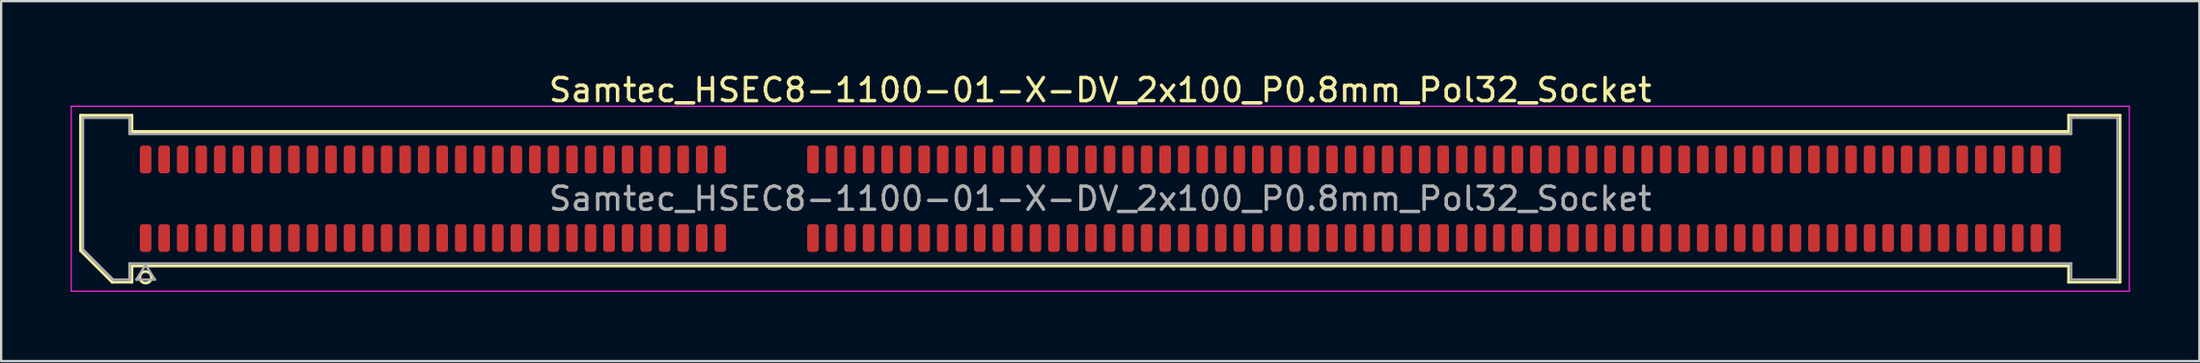
<source format=kicad_pcb>
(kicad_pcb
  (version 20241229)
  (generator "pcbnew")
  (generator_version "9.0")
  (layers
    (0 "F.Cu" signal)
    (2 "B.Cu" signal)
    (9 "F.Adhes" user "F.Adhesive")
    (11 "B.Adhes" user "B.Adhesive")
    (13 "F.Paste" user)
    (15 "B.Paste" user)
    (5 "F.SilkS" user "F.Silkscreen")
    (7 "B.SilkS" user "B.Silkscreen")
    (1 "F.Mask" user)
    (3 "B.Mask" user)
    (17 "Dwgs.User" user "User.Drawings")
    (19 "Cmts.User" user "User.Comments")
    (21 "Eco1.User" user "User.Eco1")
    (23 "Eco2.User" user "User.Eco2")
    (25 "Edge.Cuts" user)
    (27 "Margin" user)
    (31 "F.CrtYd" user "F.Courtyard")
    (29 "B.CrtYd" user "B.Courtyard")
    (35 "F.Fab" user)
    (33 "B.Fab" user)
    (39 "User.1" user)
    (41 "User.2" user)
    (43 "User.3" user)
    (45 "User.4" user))
  (footprint "Samtec_HSEC8-1100-01-X-DV_2x100_P0.8mm_Pol32_Socket"
    (layer "F.Cu")
    (at 44.435 5.548)
    (property "Reference" "Samtec_HSEC8-1100-01-X-DV_2x100_P0.8mm_Pol32_Socket" (at 0 -4.7 0) (layer "F.SilkS") (effects (font (size 1 1) (thickness 0.15))))
    (attr smd)
    (fp_line (start -44.01 -3.61) (end -41.79 -3.61) (stroke (width 0.12) (type solid)) (layer "F.SilkS"))
    (fp_line (start -44.01 2.246) (end -44.01 -3.61) (stroke (width 0.12) (type solid)) (layer "F.SilkS"))
    (fp_line (start -42.646 3.61) (end -44.01 2.246) (stroke (width 0.12) (type solid)) (layer "F.SilkS"))
    (fp_line (start -41.79 -3.61) (end -41.79 -2.91) (stroke (width 0.12) (type solid)) (layer "F.SilkS"))
    (fp_line (start -41.79 -2.91) (end 41.79 -2.91) (stroke (width 0.12) (type solid)) (layer "F.SilkS"))
    (fp_line (start -41.79 2.91) (end -41.79 3.61) (stroke (width 0.12) (type solid)) (layer "F.SilkS"))
    (fp_line (start -41.79 3.61) (end -42.646 3.61) (stroke (width 0.12) (type solid)) (layer "F.SilkS"))
    (fp_line (start 41.79 -3.61) (end 44.01 -3.61) (stroke (width 0.12) (type solid)) (layer "F.SilkS"))
    (fp_line (start 41.79 -2.91) (end 41.79 -3.61) (stroke (width 0.12) (type solid)) (layer "F.SilkS"))
    (fp_line (start 41.79 2.91) (end -41.79 2.91) (stroke (width 0.12) (type solid)) (layer "F.SilkS"))
    (fp_line (start 41.79 3.61) (end 41.79 2.91) (stroke (width 0.12) (type solid)) (layer "F.SilkS"))
    (fp_line (start 44.01 -3.61) (end 44.01 3.61) (stroke (width 0.12) (type solid)) (layer "F.SilkS"))
    (fp_line (start 44.01 3.61) (end 41.79 3.61) (stroke (width 0.12) (type solid)) (layer "F.SilkS"))
    (fp_arc (start -40.95 3.4) (mid -41.45 3.4) (end -40.95 3.4) (stroke (width 0.12) (type solid)) (layer "F.SilkS"))
    (fp_line (start -44.41 -4) (end -44.41 4) (stroke (width 0.05) (type solid)) (layer "F.CrtYd"))
    (fp_line (start -44.41 4) (end 44.41 4) (stroke (width 0.05) (type solid)) (layer "F.CrtYd"))
    (fp_line (start 44.41 -4) (end -44.41 -4) (stroke (width 0.05) (type solid)) (layer "F.CrtYd"))
    (fp_line (start 44.41 4) (end 44.41 -4) (stroke (width 0.05) (type solid)) (layer "F.CrtYd"))
    (fp_line (start -43.9 -3.5) (end -41.9 -3.5) (stroke (width 0.1) (type solid)) (layer "F.Fab"))
    (fp_line (start -43.9 2.2) (end -43.9 -3.5) (stroke (width 0.1) (type solid)) (layer "F.Fab"))
    (fp_line (start -42.6 3.5) (end -43.9 2.2) (stroke (width 0.1) (type solid)) (layer "F.Fab"))
    (fp_line (start -41.9 -3.5) (end -41.9 -2.8) (stroke (width 0.1) (type solid)) (layer "F.Fab"))
    (fp_line (start -41.9 -2.8) (end 41.9 -2.8) (stroke (width 0.1) (type solid)) (layer "F.Fab"))
    (fp_line (start -41.9 2.8) (end -41.9 3.5) (stroke (width 0.1) (type solid)) (layer "F.Fab"))
    (fp_line (start -41.9 3.5) (end -42.6 3.5) (stroke (width 0.1) (type solid)) (layer "F.Fab"))
    (fp_line (start -41.6 3.5) (end -41.2 2.86) (stroke (width 0.1) (type solid)) (layer "F.Fab"))
    (fp_line (start -41.2 2.86) (end -40.8 3.5) (stroke (width 0.1) (type solid)) (layer "F.Fab"))
    (fp_line (start -40.8 3.5) (end -41.6 3.5) (stroke (width 0.1) (type solid)) (layer "F.Fab"))
    (fp_line (start 41.9 -3.5) (end 43.9 -3.5) (stroke (width 0.1) (type solid)) (layer "F.Fab"))
    (fp_line (start 41.9 -2.8) (end 41.9 -3.5) (stroke (width 0.1) (type solid)) (layer "F.Fab"))
    (fp_line (start 41.9 2.8) (end -41.9 2.8) (stroke (width 0.1) (type solid)) (layer "F.Fab"))
    (fp_line (start 41.9 3.5) (end 41.9 2.8) (stroke (width 0.1) (type solid)) (layer "F.Fab"))
    (fp_line (start 43.9 -3.5) (end 43.9 3.5) (stroke (width 0.1) (type solid)) (layer "F.Fab"))
    (fp_line (start 43.9 3.5) (end 41.9 3.5) (stroke (width 0.1) (type solid)) (layer "F.Fab"))
    (fp_text user "${REFERENCE}" (at 0 0 0) (layer "F.Fab") (effects (font (size 1 1) (thickness 0.15))))
    (pad "1" smd roundrect (at -41.2 1.7) (size 0.5 1.2) (layers "F.Cu" "F.Mask" "F.Paste") (roundrect_rratio 0.25))
    (pad "2" smd roundrect (at -41.2 -1.7) (size 0.5 1.2) (layers "F.Cu" "F.Mask" "F.Paste") (roundrect_rratio 0.25))
    (pad "3" smd roundrect (at -40.4 1.7) (size 0.5 1.2) (layers "F.Cu" "F.Mask" "F.Paste") (roundrect_rratio 0.25))
    (pad "4" smd roundrect (at -40.4 -1.7) (size 0.5 1.2) (layers "F.Cu" "F.Mask" "F.Paste") (roundrect_rratio 0.25))
    (pad "5" smd roundrect (at -39.6 1.7) (size 0.5 1.2) (layers "F.Cu" "F.Mask" "F.Paste") (roundrect_rratio 0.25))
    (pad "6" smd roundrect (at -39.6 -1.7) (size 0.5 1.2) (layers "F.Cu" "F.Mask" "F.Paste") (roundrect_rratio 0.25))
    (pad "7" smd roundrect (at -38.8 1.7) (size 0.5 1.2) (layers "F.Cu" "F.Mask" "F.Paste") (roundrect_rratio 0.25))
    (pad "8" smd roundrect (at -38.8 -1.7) (size 0.5 1.2) (layers "F.Cu" "F.Mask" "F.Paste") (roundrect_rratio 0.25))
    (pad "9" smd roundrect (at -38 1.7) (size 0.5 1.2) (layers "F.Cu" "F.Mask" "F.Paste") (roundrect_rratio 0.25))
    (pad "10" smd roundrect (at -38 -1.7) (size 0.5 1.2) (layers "F.Cu" "F.Mask" "F.Paste") (roundrect_rratio 0.25))
    (pad "11" smd roundrect (at -37.2 1.7) (size 0.5 1.2) (layers "F.Cu" "F.Mask" "F.Paste") (roundrect_rratio 0.25))
    (pad "12" smd roundrect (at -37.2 -1.7) (size 0.5 1.2) (layers "F.Cu" "F.Mask" "F.Paste") (roundrect_rratio 0.25))
    (pad "13" smd roundrect (at -36.4 1.7) (size 0.5 1.2) (layers "F.Cu" "F.Mask" "F.Paste") (roundrect_rratio 0.25))
    (pad "14" smd roundrect (at -36.4 -1.7) (size 0.5 1.2) (layers "F.Cu" "F.Mask" "F.Paste") (roundrect_rratio 0.25))
    (pad "15" smd roundrect (at -35.6 1.7) (size 0.5 1.2) (layers "F.Cu" "F.Mask" "F.Paste") (roundrect_rratio 0.25))
    (pad "16" smd roundrect (at -35.6 -1.7) (size 0.5 1.2) (layers "F.Cu" "F.Mask" "F.Paste") (roundrect_rratio 0.25))
    (pad "17" smd roundrect (at -34.8 1.7) (size 0.5 1.2) (layers "F.Cu" "F.Mask" "F.Paste") (roundrect_rratio 0.25))
    (pad "18" smd roundrect (at -34.8 -1.7) (size 0.5 1.2) (layers "F.Cu" "F.Mask" "F.Paste") (roundrect_rratio 0.25))
    (pad "19" smd roundrect (at -34 1.7) (size 0.5 1.2) (layers "F.Cu" "F.Mask" "F.Paste") (roundrect_rratio 0.25))
    (pad "20" smd roundrect (at -34 -1.7) (size 0.5 1.2) (layers "F.Cu" "F.Mask" "F.Paste") (roundrect_rratio 0.25))
    (pad "21" smd roundrect (at -33.2 1.7) (size 0.5 1.2) (layers "F.Cu" "F.Mask" "F.Paste") (roundrect_rratio 0.25))
    (pad "22" smd roundrect (at -33.2 -1.7) (size 0.5 1.2) (layers "F.Cu" "F.Mask" "F.Paste") (roundrect_rratio 0.25))
    (pad "23" smd roundrect (at -32.4 1.7) (size 0.5 1.2) (layers "F.Cu" "F.Mask" "F.Paste") (roundrect_rratio 0.25))
    (pad "24" smd roundrect (at -32.4 -1.7) (size 0.5 1.2) (layers "F.Cu" "F.Mask" "F.Paste") (roundrect_rratio 0.25))
    (pad "25" smd roundrect (at -31.6 1.7) (size 0.5 1.2) (layers "F.Cu" "F.Mask" "F.Paste") (roundrect_rratio 0.25))
    (pad "26" smd roundrect (at -31.6 -1.7) (size 0.5 1.2) (layers "F.Cu" "F.Mask" "F.Paste") (roundrect_rratio 0.25))
    (pad "27" smd roundrect (at -30.8 1.7) (size 0.5 1.2) (layers "F.Cu" "F.Mask" "F.Paste") (roundrect_rratio 0.25))
    (pad "28" smd roundrect (at -30.8 -1.7) (size 0.5 1.2) (layers "F.Cu" "F.Mask" "F.Paste") (roundrect_rratio 0.25))
    (pad "29" smd roundrect (at -30 1.7) (size 0.5 1.2) (layers "F.Cu" "F.Mask" "F.Paste") (roundrect_rratio 0.25))
    (pad "30" smd roundrect (at -30 -1.7) (size 0.5 1.2) (layers "F.Cu" "F.Mask" "F.Paste") (roundrect_rratio 0.25))
    (pad "31" smd roundrect (at -29.2 1.7) (size 0.5 1.2) (layers "F.Cu" "F.Mask" "F.Paste") (roundrect_rratio 0.25))
    (pad "32" smd roundrect (at -29.2 -1.7) (size 0.5 1.2) (layers "F.Cu" "F.Mask" "F.Paste") (roundrect_rratio 0.25))
    (pad "33" smd roundrect (at -28.4 1.7) (size 0.5 1.2) (layers "F.Cu" "F.Mask" "F.Paste") (roundrect_rratio 0.25))
    (pad "34" smd roundrect (at -28.4 -1.7) (size 0.5 1.2) (layers "F.Cu" "F.Mask" "F.Paste") (roundrect_rratio 0.25))
    (pad "35" smd roundrect (at -27.6 1.7) (size 0.5 1.2) (layers "F.Cu" "F.Mask" "F.Paste") (roundrect_rratio 0.25))
    (pad "36" smd roundrect (at -27.6 -1.7) (size 0.5 1.2) (layers "F.Cu" "F.Mask" "F.Paste") (roundrect_rratio 0.25))
    (pad "37" smd roundrect (at -26.8 1.7) (size 0.5 1.2) (layers "F.Cu" "F.Mask" "F.Paste") (roundrect_rratio 0.25))
    (pad "38" smd roundrect (at -26.8 -1.7) (size 0.5 1.2) (layers "F.Cu" "F.Mask" "F.Paste") (roundrect_rratio 0.25))
    (pad "39" smd roundrect (at -26 1.7) (size 0.5 1.2) (layers "F.Cu" "F.Mask" "F.Paste") (roundrect_rratio 0.25))
    (pad "40" smd roundrect (at -26 -1.7) (size 0.5 1.2) (layers "F.Cu" "F.Mask" "F.Paste") (roundrect_rratio 0.25))
    (pad "41" smd roundrect (at -25.2 1.7) (size 0.5 1.2) (layers "F.Cu" "F.Mask" "F.Paste") (roundrect_rratio 0.25))
    (pad "42" smd roundrect (at -25.2 -1.7) (size 0.5 1.2) (layers "F.Cu" "F.Mask" "F.Paste") (roundrect_rratio 0.25))
    (pad "43" smd roundrect (at -24.4 1.7) (size 0.5 1.2) (layers "F.Cu" "F.Mask" "F.Paste") (roundrect_rratio 0.25))
    (pad "44" smd roundrect (at -24.4 -1.7) (size 0.5 1.2) (layers "F.Cu" "F.Mask" "F.Paste") (roundrect_rratio 0.25))
    (pad "45" smd roundrect (at -23.6 1.7) (size 0.5 1.2) (layers "F.Cu" "F.Mask" "F.Paste") (roundrect_rratio 0.25))
    (pad "46" smd roundrect (at -23.6 -1.7) (size 0.5 1.2) (layers "F.Cu" "F.Mask" "F.Paste") (roundrect_rratio 0.25))
    (pad "47" smd roundrect (at -22.8 1.7) (size 0.5 1.2) (layers "F.Cu" "F.Mask" "F.Paste") (roundrect_rratio 0.25))
    (pad "48" smd roundrect (at -22.8 -1.7) (size 0.5 1.2) (layers "F.Cu" "F.Mask" "F.Paste") (roundrect_rratio 0.25))
    (pad "49" smd roundrect (at -22 1.7) (size 0.5 1.2) (layers "F.Cu" "F.Mask" "F.Paste") (roundrect_rratio 0.25))
    (pad "50" smd roundrect (at -22 -1.7) (size 0.5 1.2) (layers "F.Cu" "F.Mask" "F.Paste") (roundrect_rratio 0.25))
    (pad "51" smd roundrect (at -21.2 1.7) (size 0.5 1.2) (layers "F.Cu" "F.Mask" "F.Paste") (roundrect_rratio 0.25))
    (pad "52" smd roundrect (at -21.2 -1.7) (size 0.5 1.2) (layers "F.Cu" "F.Mask" "F.Paste") (roundrect_rratio 0.25))
    (pad "53" smd roundrect (at -20.4 1.7) (size 0.5 1.2) (layers "F.Cu" "F.Mask" "F.Paste") (roundrect_rratio 0.25))
    (pad "54" smd roundrect (at -20.4 -1.7) (size 0.5 1.2) (layers "F.Cu" "F.Mask" "F.Paste") (roundrect_rratio 0.25))
    (pad "55" smd roundrect (at -19.6 1.7) (size 0.5 1.2) (layers "F.Cu" "F.Mask" "F.Paste") (roundrect_rratio 0.25))
    (pad "56" smd roundrect (at -19.6 -1.7) (size 0.5 1.2) (layers "F.Cu" "F.Mask" "F.Paste") (roundrect_rratio 0.25))
    (pad "57" smd roundrect (at -18.8 1.7) (size 0.5 1.2) (layers "F.Cu" "F.Mask" "F.Paste") (roundrect_rratio 0.25))
    (pad "58" smd roundrect (at -18.8 -1.7) (size 0.5 1.2) (layers "F.Cu" "F.Mask" "F.Paste") (roundrect_rratio 0.25))
    (pad "59" smd roundrect (at -18 1.7) (size 0.5 1.2) (layers "F.Cu" "F.Mask" "F.Paste") (roundrect_rratio 0.25))
    (pad "60" smd roundrect (at -18 -1.7) (size 0.5 1.2) (layers "F.Cu" "F.Mask" "F.Paste") (roundrect_rratio 0.25))
    (pad "61" smd roundrect (at -17.2 1.7) (size 0.5 1.2) (layers "F.Cu" "F.Mask" "F.Paste") (roundrect_rratio 0.25))
    (pad "62" smd roundrect (at -17.2 -1.7) (size 0.5 1.2) (layers "F.Cu" "F.Mask" "F.Paste") (roundrect_rratio 0.25))
    (pad "63" smd roundrect (at -16.4 1.7) (size 0.5 1.2) (layers "F.Cu" "F.Mask" "F.Paste") (roundrect_rratio 0.25))
    (pad "64" smd roundrect (at -16.4 -1.7) (size 0.5 1.2) (layers "F.Cu" "F.Mask" "F.Paste") (roundrect_rratio 0.25))
    (pad "65" smd roundrect (at -12.4 1.7) (size 0.5 1.2) (layers "F.Cu" "F.Mask" "F.Paste") (roundrect_rratio 0.25))
    (pad "66" smd roundrect (at -12.4 -1.7) (size 0.5 1.2) (layers "F.Cu" "F.Mask" "F.Paste") (roundrect_rratio 0.25))
    (pad "67" smd roundrect (at -11.6 1.7) (size 0.5 1.2) (layers "F.Cu" "F.Mask" "F.Paste") (roundrect_rratio 0.25))
    (pad "68" smd roundrect (at -11.6 -1.7) (size 0.5 1.2) (layers "F.Cu" "F.Mask" "F.Paste") (roundrect_rratio 0.25))
    (pad "69" smd roundrect (at -10.8 1.7) (size 0.5 1.2) (layers "F.Cu" "F.Mask" "F.Paste") (roundrect_rratio 0.25))
    (pad "70" smd roundrect (at -10.8 -1.7) (size 0.5 1.2) (layers "F.Cu" "F.Mask" "F.Paste") (roundrect_rratio 0.25))
    (pad "71" smd roundrect (at -10 1.7) (size 0.5 1.2) (layers "F.Cu" "F.Mask" "F.Paste") (roundrect_rratio 0.25))
    (pad "72" smd roundrect (at -10 -1.7) (size 0.5 1.2) (layers "F.Cu" "F.Mask" "F.Paste") (roundrect_rratio 0.25))
    (pad "73" smd roundrect (at -9.2 1.7) (size 0.5 1.2) (layers "F.Cu" "F.Mask" "F.Paste") (roundrect_rratio 0.25))
    (pad "74" smd roundrect (at -9.2 -1.7) (size 0.5 1.2) (layers "F.Cu" "F.Mask" "F.Paste") (roundrect_rratio 0.25))
    (pad "75" smd roundrect (at -8.4 1.7) (size 0.5 1.2) (layers "F.Cu" "F.Mask" "F.Paste") (roundrect_rratio 0.25))
    (pad "76" smd roundrect (at -8.4 -1.7) (size 0.5 1.2) (layers "F.Cu" "F.Mask" "F.Paste") (roundrect_rratio 0.25))
    (pad "77" smd roundrect (at -7.6 1.7) (size 0.5 1.2) (layers "F.Cu" "F.Mask" "F.Paste") (roundrect_rratio 0.25))
    (pad "78" smd roundrect (at -7.6 -1.7) (size 0.5 1.2) (layers "F.Cu" "F.Mask" "F.Paste") (roundrect_rratio 0.25))
    (pad "79" smd roundrect (at -6.8 1.7) (size 0.5 1.2) (layers "F.Cu" "F.Mask" "F.Paste") (roundrect_rratio 0.25))
    (pad "80" smd roundrect (at -6.8 -1.7) (size 0.5 1.2) (layers "F.Cu" "F.Mask" "F.Paste") (roundrect_rratio 0.25))
    (pad "81" smd roundrect (at -6 1.7) (size 0.5 1.2) (layers "F.Cu" "F.Mask" "F.Paste") (roundrect_rratio 0.25))
    (pad "82" smd roundrect (at -6 -1.7) (size 0.5 1.2) (layers "F.Cu" "F.Mask" "F.Paste") (roundrect_rratio 0.25))
    (pad "83" smd roundrect (at -5.2 1.7) (size 0.5 1.2) (layers "F.Cu" "F.Mask" "F.Paste") (roundrect_rratio 0.25))
    (pad "84" smd roundrect (at -5.2 -1.7) (size 0.5 1.2) (layers "F.Cu" "F.Mask" "F.Paste") (roundrect_rratio 0.25))
    (pad "85" smd roundrect (at -4.4 1.7) (size 0.5 1.2) (layers "F.Cu" "F.Mask" "F.Paste") (roundrect_rratio 0.25))
    (pad "86" smd roundrect (at -4.4 -1.7) (size 0.5 1.2) (layers "F.Cu" "F.Mask" "F.Paste") (roundrect_rratio 0.25))
    (pad "87" smd roundrect (at -3.6 1.7) (size 0.5 1.2) (layers "F.Cu" "F.Mask" "F.Paste") (roundrect_rratio 0.25))
    (pad "88" smd roundrect (at -3.6 -1.7) (size 0.5 1.2) (layers "F.Cu" "F.Mask" "F.Paste") (roundrect_rratio 0.25))
    (pad "89" smd roundrect (at -2.8 1.7) (size 0.5 1.2) (layers "F.Cu" "F.Mask" "F.Paste") (roundrect_rratio 0.25))
    (pad "90" smd roundrect (at -2.8 -1.7) (size 0.5 1.2) (layers "F.Cu" "F.Mask" "F.Paste") (roundrect_rratio 0.25))
    (pad "91" smd roundrect (at -2 1.7) (size 0.5 1.2) (layers "F.Cu" "F.Mask" "F.Paste") (roundrect_rratio 0.25))
    (pad "92" smd roundrect (at -2 -1.7) (size 0.5 1.2) (layers "F.Cu" "F.Mask" "F.Paste") (roundrect_rratio 0.25))
    (pad "93" smd roundrect (at -1.2 1.7) (size 0.5 1.2) (layers "F.Cu" "F.Mask" "F.Paste") (roundrect_rratio 0.25))
    (pad "94" smd roundrect (at -1.2 -1.7) (size 0.5 1.2) (layers "F.Cu" "F.Mask" "F.Paste") (roundrect_rratio 0.25))
    (pad "95" smd roundrect (at -0.4 1.7) (size 0.5 1.2) (layers "F.Cu" "F.Mask" "F.Paste") (roundrect_rratio 0.25))
    (pad "96" smd roundrect (at -0.4 -1.7) (size 0.5 1.2) (layers "F.Cu" "F.Mask" "F.Paste") (roundrect_rratio 0.25))
    (pad "97" smd roundrect (at 0.4 1.7) (size 0.5 1.2) (layers "F.Cu" "F.Mask" "F.Paste") (roundrect_rratio 0.25))
    (pad "98" smd roundrect (at 0.4 -1.7) (size 0.5 1.2) (layers "F.Cu" "F.Mask" "F.Paste") (roundrect_rratio 0.25))
    (pad "99" smd roundrect (at 1.2 1.7) (size 0.5 1.2) (layers "F.Cu" "F.Mask" "F.Paste") (roundrect_rratio 0.25))
    (pad "100" smd roundrect (at 1.2 -1.7) (size 0.5 1.2) (layers "F.Cu" "F.Mask" "F.Paste") (roundrect_rratio 0.25))
    (pad "101" smd roundrect (at 2 1.7) (size 0.5 1.2) (layers "F.Cu" "F.Mask" "F.Paste") (roundrect_rratio 0.25))
    (pad "102" smd roundrect (at 2 -1.7) (size 0.5 1.2) (layers "F.Cu" "F.Mask" "F.Paste") (roundrect_rratio 0.25))
    (pad "103" smd roundrect (at 2.8 1.7) (size 0.5 1.2) (layers "F.Cu" "F.Mask" "F.Paste") (roundrect_rratio 0.25))
    (pad "104" smd roundrect (at 2.8 -1.7) (size 0.5 1.2) (layers "F.Cu" "F.Mask" "F.Paste") (roundrect_rratio 0.25))
    (pad "105" smd roundrect (at 3.6 1.7) (size 0.5 1.2) (layers "F.Cu" "F.Mask" "F.Paste") (roundrect_rratio 0.25))
    (pad "106" smd roundrect (at 3.6 -1.7) (size 0.5 1.2) (layers "F.Cu" "F.Mask" "F.Paste") (roundrect_rratio 0.25))
    (pad "107" smd roundrect (at 4.4 1.7) (size 0.5 1.2) (layers "F.Cu" "F.Mask" "F.Paste") (roundrect_rratio 0.25))
    (pad "108" smd roundrect (at 4.4 -1.7) (size 0.5 1.2) (layers "F.Cu" "F.Mask" "F.Paste") (roundrect_rratio 0.25))
    (pad "109" smd roundrect (at 5.2 1.7) (size 0.5 1.2) (layers "F.Cu" "F.Mask" "F.Paste") (roundrect_rratio 0.25))
    (pad "110" smd roundrect (at 5.2 -1.7) (size 0.5 1.2) (layers "F.Cu" "F.Mask" "F.Paste") (roundrect_rratio 0.25))
    (pad "111" smd roundrect (at 6 1.7) (size 0.5 1.2) (layers "F.Cu" "F.Mask" "F.Paste") (roundrect_rratio 0.25))
    (pad "112" smd roundrect (at 6 -1.7) (size 0.5 1.2) (layers "F.Cu" "F.Mask" "F.Paste") (roundrect_rratio 0.25))
    (pad "113" smd roundrect (at 6.8 1.7) (size 0.5 1.2) (layers "F.Cu" "F.Mask" "F.Paste") (roundrect_rratio 0.25))
    (pad "114" smd roundrect (at 6.8 -1.7) (size 0.5 1.2) (layers "F.Cu" "F.Mask" "F.Paste") (roundrect_rratio 0.25))
    (pad "115" smd roundrect (at 7.6 1.7) (size 0.5 1.2) (layers "F.Cu" "F.Mask" "F.Paste") (roundrect_rratio 0.25))
    (pad "116" smd roundrect (at 7.6 -1.7) (size 0.5 1.2) (layers "F.Cu" "F.Mask" "F.Paste") (roundrect_rratio 0.25))
    (pad "117" smd roundrect (at 8.4 1.7) (size 0.5 1.2) (layers "F.Cu" "F.Mask" "F.Paste") (roundrect_rratio 0.25))
    (pad "118" smd roundrect (at 8.4 -1.7) (size 0.5 1.2) (layers "F.Cu" "F.Mask" "F.Paste") (roundrect_rratio 0.25))
    (pad "119" smd roundrect (at 9.2 1.7) (size 0.5 1.2) (layers "F.Cu" "F.Mask" "F.Paste") (roundrect_rratio 0.25))
    (pad "120" smd roundrect (at 9.2 -1.7) (size 0.5 1.2) (layers "F.Cu" "F.Mask" "F.Paste") (roundrect_rratio 0.25))
    (pad "121" smd roundrect (at 10 1.7) (size 0.5 1.2) (layers "F.Cu" "F.Mask" "F.Paste") (roundrect_rratio 0.25))
    (pad "122" smd roundrect (at 10 -1.7) (size 0.5 1.2) (layers "F.Cu" "F.Mask" "F.Paste") (roundrect_rratio 0.25))
    (pad "123" smd roundrect (at 10.8 1.7) (size 0.5 1.2) (layers "F.Cu" "F.Mask" "F.Paste") (roundrect_rratio 0.25))
    (pad "124" smd roundrect (at 10.8 -1.7) (size 0.5 1.2) (layers "F.Cu" "F.Mask" "F.Paste") (roundrect_rratio 0.25))
    (pad "125" smd roundrect (at 11.6 1.7) (size 0.5 1.2) (layers "F.Cu" "F.Mask" "F.Paste") (roundrect_rratio 0.25))
    (pad "126" smd roundrect (at 11.6 -1.7) (size 0.5 1.2) (layers "F.Cu" "F.Mask" "F.Paste") (roundrect_rratio 0.25))
    (pad "127" smd roundrect (at 12.4 1.7) (size 0.5 1.2) (layers "F.Cu" "F.Mask" "F.Paste") (roundrect_rratio 0.25))
    (pad "128" smd roundrect (at 12.4 -1.7) (size 0.5 1.2) (layers "F.Cu" "F.Mask" "F.Paste") (roundrect_rratio 0.25))
    (pad "129" smd roundrect (at 13.2 1.7) (size 0.5 1.2) (layers "F.Cu" "F.Mask" "F.Paste") (roundrect_rratio 0.25))
    (pad "130" smd roundrect (at 13.2 -1.7) (size 0.5 1.2) (layers "F.Cu" "F.Mask" "F.Paste") (roundrect_rratio 0.25))
    (pad "131" smd roundrect (at 14 1.7) (size 0.5 1.2) (layers "F.Cu" "F.Mask" "F.Paste") (roundrect_rratio 0.25))
    (pad "132" smd roundrect (at 14 -1.7) (size 0.5 1.2) (layers "F.Cu" "F.Mask" "F.Paste") (roundrect_rratio 0.25))
    (pad "133" smd roundrect (at 14.8 1.7) (size 0.5 1.2) (layers "F.Cu" "F.Mask" "F.Paste") (roundrect_rratio 0.25))
    (pad "134" smd roundrect (at 14.8 -1.7) (size 0.5 1.2) (layers "F.Cu" "F.Mask" "F.Paste") (roundrect_rratio 0.25))
    (pad "135" smd roundrect (at 15.6 1.7) (size 0.5 1.2) (layers "F.Cu" "F.Mask" "F.Paste") (roundrect_rratio 0.25))
    (pad "136" smd roundrect (at 15.6 -1.7) (size 0.5 1.2) (layers "F.Cu" "F.Mask" "F.Paste") (roundrect_rratio 0.25))
    (pad "137" smd roundrect (at 16.4 1.7) (size 0.5 1.2) (layers "F.Cu" "F.Mask" "F.Paste") (roundrect_rratio 0.25))
    (pad "138" smd roundrect (at 16.4 -1.7) (size 0.5 1.2) (layers "F.Cu" "F.Mask" "F.Paste") (roundrect_rratio 0.25))
    (pad "139" smd roundrect (at 17.2 1.7) (size 0.5 1.2) (layers "F.Cu" "F.Mask" "F.Paste") (roundrect_rratio 0.25))
    (pad "140" smd roundrect (at 17.2 -1.7) (size 0.5 1.2) (layers "F.Cu" "F.Mask" "F.Paste") (roundrect_rratio 0.25))
    (pad "141" smd roundrect (at 18 1.7) (size 0.5 1.2) (layers "F.Cu" "F.Mask" "F.Paste") (roundrect_rratio 0.25))
    (pad "142" smd roundrect (at 18 -1.7) (size 0.5 1.2) (layers "F.Cu" "F.Mask" "F.Paste") (roundrect_rratio 0.25))
    (pad "143" smd roundrect (at 18.8 1.7) (size 0.5 1.2) (layers "F.Cu" "F.Mask" "F.Paste") (roundrect_rratio 0.25))
    (pad "144" smd roundrect (at 18.8 -1.7) (size 0.5 1.2) (layers "F.Cu" "F.Mask" "F.Paste") (roundrect_rratio 0.25))
    (pad "145" smd roundrect (at 19.6 1.7) (size 0.5 1.2) (layers "F.Cu" "F.Mask" "F.Paste") (roundrect_rratio 0.25))
    (pad "146" smd roundrect (at 19.6 -1.7) (size 0.5 1.2) (layers "F.Cu" "F.Mask" "F.Paste") (roundrect_rratio 0.25))
    (pad "147" smd roundrect (at 20.4 1.7) (size 0.5 1.2) (layers "F.Cu" "F.Mask" "F.Paste") (roundrect_rratio 0.25))
    (pad "148" smd roundrect (at 20.4 -1.7) (size 0.5 1.2) (layers "F.Cu" "F.Mask" "F.Paste") (roundrect_rratio 0.25))
    (pad "149" smd roundrect (at 21.2 1.7) (size 0.5 1.2) (layers "F.Cu" "F.Mask" "F.Paste") (roundrect_rratio 0.25))
    (pad "150" smd roundrect (at 21.2 -1.7) (size 0.5 1.2) (layers "F.Cu" "F.Mask" "F.Paste") (roundrect_rratio 0.25))
    (pad "151" smd roundrect (at 22 1.7) (size 0.5 1.2) (layers "F.Cu" "F.Mask" "F.Paste") (roundrect_rratio 0.25))
    (pad "152" smd roundrect (at 22 -1.7) (size 0.5 1.2) (layers "F.Cu" "F.Mask" "F.Paste") (roundrect_rratio 0.25))
    (pad "153" smd roundrect (at 22.8 1.7) (size 0.5 1.2) (layers "F.Cu" "F.Mask" "F.Paste") (roundrect_rratio 0.25))
    (pad "154" smd roundrect (at 22.8 -1.7) (size 0.5 1.2) (layers "F.Cu" "F.Mask" "F.Paste") (roundrect_rratio 0.25))
    (pad "155" smd roundrect (at 23.6 1.7) (size 0.5 1.2) (layers "F.Cu" "F.Mask" "F.Paste") (roundrect_rratio 0.25))
    (pad "156" smd roundrect (at 23.6 -1.7) (size 0.5 1.2) (layers "F.Cu" "F.Mask" "F.Paste") (roundrect_rratio 0.25))
    (pad "157" smd roundrect (at 24.4 1.7) (size 0.5 1.2) (layers "F.Cu" "F.Mask" "F.Paste") (roundrect_rratio 0.25))
    (pad "158" smd roundrect (at 24.4 -1.7) (size 0.5 1.2) (layers "F.Cu" "F.Mask" "F.Paste") (roundrect_rratio 0.25))
    (pad "159" smd roundrect (at 25.2 1.7) (size 0.5 1.2) (layers "F.Cu" "F.Mask" "F.Paste") (roundrect_rratio 0.25))
    (pad "160" smd roundrect (at 25.2 -1.7) (size 0.5 1.2) (layers "F.Cu" "F.Mask" "F.Paste") (roundrect_rratio 0.25))
    (pad "161" smd roundrect (at 26 1.7) (size 0.5 1.2) (layers "F.Cu" "F.Mask" "F.Paste") (roundrect_rratio 0.25))
    (pad "162" smd roundrect (at 26 -1.7) (size 0.5 1.2) (layers "F.Cu" "F.Mask" "F.Paste") (roundrect_rratio 0.25))
    (pad "163" smd roundrect (at 26.8 1.7) (size 0.5 1.2) (layers "F.Cu" "F.Mask" "F.Paste") (roundrect_rratio 0.25))
    (pad "164" smd roundrect (at 26.8 -1.7) (size 0.5 1.2) (layers "F.Cu" "F.Mask" "F.Paste") (roundrect_rratio 0.25))
    (pad "165" smd roundrect (at 27.6 1.7) (size 0.5 1.2) (layers "F.Cu" "F.Mask" "F.Paste") (roundrect_rratio 0.25))
    (pad "166" smd roundrect (at 27.6 -1.7) (size 0.5 1.2) (layers "F.Cu" "F.Mask" "F.Paste") (roundrect_rratio 0.25))
    (pad "167" smd roundrect (at 28.4 1.7) (size 0.5 1.2) (layers "F.Cu" "F.Mask" "F.Paste") (roundrect_rratio 0.25))
    (pad "168" smd roundrect (at 28.4 -1.7) (size 0.5 1.2) (layers "F.Cu" "F.Mask" "F.Paste") (roundrect_rratio 0.25))
    (pad "169" smd roundrect (at 29.2 1.7) (size 0.5 1.2) (layers "F.Cu" "F.Mask" "F.Paste") (roundrect_rratio 0.25))
    (pad "170" smd roundrect (at 29.2 -1.7) (size 0.5 1.2) (layers "F.Cu" "F.Mask" "F.Paste") (roundrect_rratio 0.25))
    (pad "171" smd roundrect (at 30 1.7) (size 0.5 1.2) (layers "F.Cu" "F.Mask" "F.Paste") (roundrect_rratio 0.25))
    (pad "172" smd roundrect (at 30 -1.7) (size 0.5 1.2) (layers "F.Cu" "F.Mask" "F.Paste") (roundrect_rratio 0.25))
    (pad "173" smd roundrect (at 30.8 1.7) (size 0.5 1.2) (layers "F.Cu" "F.Mask" "F.Paste") (roundrect_rratio 0.25))
    (pad "174" smd roundrect (at 30.8 -1.7) (size 0.5 1.2) (layers "F.Cu" "F.Mask" "F.Paste") (roundrect_rratio 0.25))
    (pad "175" smd roundrect (at 31.6 1.7) (size 0.5 1.2) (layers "F.Cu" "F.Mask" "F.Paste") (roundrect_rratio 0.25))
    (pad "176" smd roundrect (at 31.6 -1.7) (size 0.5 1.2) (layers "F.Cu" "F.Mask" "F.Paste") (roundrect_rratio 0.25))
    (pad "177" smd roundrect (at 32.4 1.7) (size 0.5 1.2) (layers "F.Cu" "F.Mask" "F.Paste") (roundrect_rratio 0.25))
    (pad "178" smd roundrect (at 32.4 -1.7) (size 0.5 1.2) (layers "F.Cu" "F.Mask" "F.Paste") (roundrect_rratio 0.25))
    (pad "179" smd roundrect (at 33.2 1.7) (size 0.5 1.2) (layers "F.Cu" "F.Mask" "F.Paste") (roundrect_rratio 0.25))
    (pad "180" smd roundrect (at 33.2 -1.7) (size 0.5 1.2) (layers "F.Cu" "F.Mask" "F.Paste") (roundrect_rratio 0.25))
    (pad "181" smd roundrect (at 34 1.7) (size 0.5 1.2) (layers "F.Cu" "F.Mask" "F.Paste") (roundrect_rratio 0.25))
    (pad "182" smd roundrect (at 34 -1.7) (size 0.5 1.2) (layers "F.Cu" "F.Mask" "F.Paste") (roundrect_rratio 0.25))
    (pad "183" smd roundrect (at 34.8 1.7) (size 0.5 1.2) (layers "F.Cu" "F.Mask" "F.Paste") (roundrect_rratio 0.25))
    (pad "184" smd roundrect (at 34.8 -1.7) (size 0.5 1.2) (layers "F.Cu" "F.Mask" "F.Paste") (roundrect_rratio 0.25))
    (pad "185" smd roundrect (at 35.6 1.7) (size 0.5 1.2) (layers "F.Cu" "F.Mask" "F.Paste") (roundrect_rratio 0.25))
    (pad "186" smd roundrect (at 35.6 -1.7) (size 0.5 1.2) (layers "F.Cu" "F.Mask" "F.Paste") (roundrect_rratio 0.25))
    (pad "187" smd roundrect (at 36.4 1.7) (size 0.5 1.2) (layers "F.Cu" "F.Mask" "F.Paste") (roundrect_rratio 0.25))
    (pad "188" smd roundrect (at 36.4 -1.7) (size 0.5 1.2) (layers "F.Cu" "F.Mask" "F.Paste") (roundrect_rratio 0.25))
    (pad "189" smd roundrect (at 37.2 1.7) (size 0.5 1.2) (layers "F.Cu" "F.Mask" "F.Paste") (roundrect_rratio 0.25))
    (pad "190" smd roundrect (at 37.2 -1.7) (size 0.5 1.2) (layers "F.Cu" "F.Mask" "F.Paste") (roundrect_rratio 0.25))
    (pad "191" smd roundrect (at 38 1.7) (size 0.5 1.2) (layers "F.Cu" "F.Mask" "F.Paste") (roundrect_rratio 0.25))
    (pad "192" smd roundrect (at 38 -1.7) (size 0.5 1.2) (layers "F.Cu" "F.Mask" "F.Paste") (roundrect_rratio 0.25))
    (pad "193" smd roundrect (at 38.8 1.7) (size 0.5 1.2) (layers "F.Cu" "F.Mask" "F.Paste") (roundrect_rratio 0.25))
    (pad "194" smd roundrect (at 38.8 -1.7) (size 0.5 1.2) (layers "F.Cu" "F.Mask" "F.Paste") (roundrect_rratio 0.25))
    (pad "195" smd roundrect (at 39.6 1.7) (size 0.5 1.2) (layers "F.Cu" "F.Mask" "F.Paste") (roundrect_rratio 0.25))
    (pad "196" smd roundrect (at 39.6 -1.7) (size 0.5 1.2) (layers "F.Cu" "F.Mask" "F.Paste") (roundrect_rratio 0.25))
    (pad "197" smd roundrect (at 40.4 1.7) (size 0.5 1.2) (layers "F.Cu" "F.Mask" "F.Paste") (roundrect_rratio 0.25))
    (pad "198" smd roundrect (at 40.4 -1.7) (size 0.5 1.2) (layers "F.Cu" "F.Mask" "F.Paste") (roundrect_rratio 0.25))
    (pad "199" smd roundrect (at 41.2 1.7) (size 0.5 1.2) (layers "F.Cu" "F.Mask" "F.Paste") (roundrect_rratio 0.25))
    (pad "200" smd roundrect (at 41.2 -1.7) (size 0.5 1.2) (layers "F.Cu" "F.Mask" "F.Paste") (roundrect_rratio 0.25)))
  (gr_rect
    (start -3 -3)
    (end 91.87 12.573)
    (stroke (width 0.1) (type default))
    (fill no)
    (layer "Edge.Cuts")))
</source>
